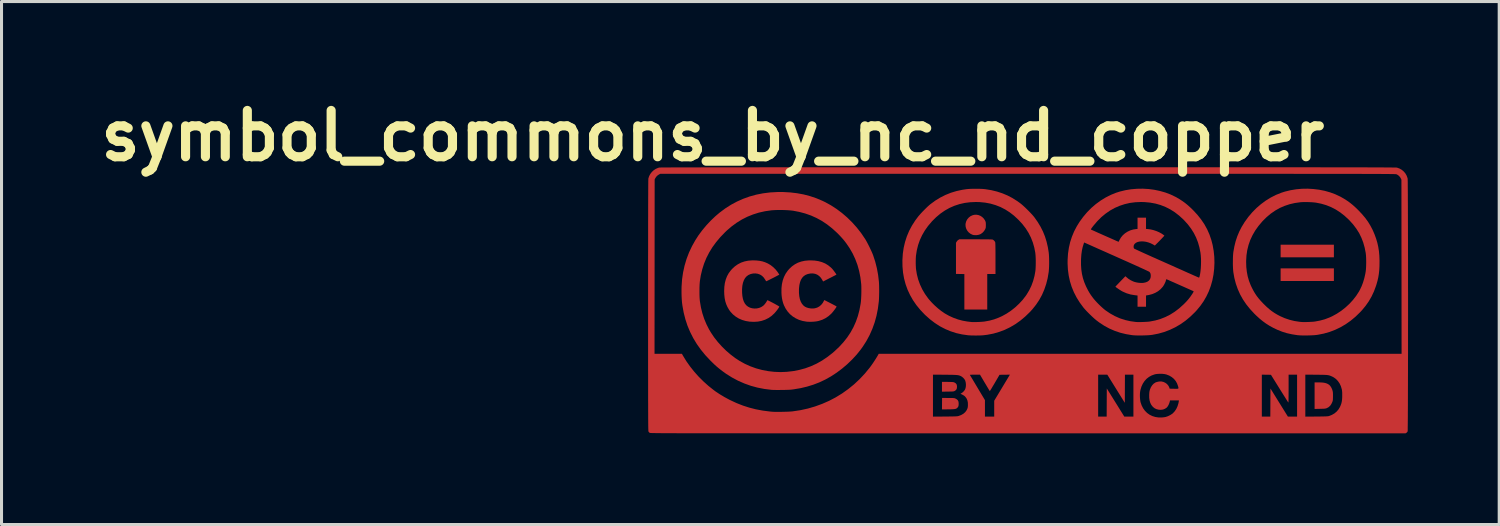
<source format=kicad_pcb>
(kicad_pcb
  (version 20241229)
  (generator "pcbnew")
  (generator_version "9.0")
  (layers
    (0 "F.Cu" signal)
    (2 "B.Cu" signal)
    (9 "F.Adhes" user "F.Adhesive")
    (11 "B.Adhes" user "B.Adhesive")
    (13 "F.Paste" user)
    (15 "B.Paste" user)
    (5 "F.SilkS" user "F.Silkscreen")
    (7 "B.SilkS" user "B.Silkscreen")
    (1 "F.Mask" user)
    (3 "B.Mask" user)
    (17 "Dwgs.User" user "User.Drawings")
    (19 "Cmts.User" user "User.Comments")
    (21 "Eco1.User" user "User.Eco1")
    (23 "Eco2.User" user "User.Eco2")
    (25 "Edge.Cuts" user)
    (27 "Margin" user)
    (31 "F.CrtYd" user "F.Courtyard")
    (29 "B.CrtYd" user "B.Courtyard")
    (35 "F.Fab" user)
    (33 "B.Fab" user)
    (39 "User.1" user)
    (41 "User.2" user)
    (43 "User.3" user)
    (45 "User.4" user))
  (footprint "symbol_commons_by_nc_nd_copper"
    (layer "F.Cu")
    (at 30.814 6.498)
    (property "Reference" "symbol_commons_by_nc_nd_copper" (at -10.414 -5.08 0) (layer "F.SilkS") (effects (font (size 1.524 1.524) (thickness 0.3))))
    (attr board_only exclude_from_pos_files exclude_from_bom)
    (fp_poly (pts (xy 10.023 -1.082) (xy 8.27 -1.082) (xy 8.27 -1.497) (xy 10.023 -1.497)) (stroke (width 0) (type solid)) (fill yes) (layer "F.Cu"))
    (fp_poly (pts (xy 10.023 -0.303) (xy 8.27 -0.303) (xy 8.27 -0.718) (xy 10.023 -0.718)) (stroke (width 0) (type solid)) (fill yes) (layer "F.Cu"))
    (fp_poly (pts (xy -2.684 3.017) (xy -2.622 3.018) (xy -2.574 3.02) (xy -2.539 3.021) (xy -2.513 3.023) (xy -2.493 3.026) (xy -2.478 3.03) (xy -2.464 3.036) (xy -2.455 3.04) (xy -2.417 3.065) (xy -2.392 3.097) (xy -2.38 3.139) (xy -2.377 3.177) (xy -2.382 3.227) (xy -2.397 3.266) (xy -2.424 3.295) (xy -2.449 3.312) (xy -2.462 3.319) (xy -2.474 3.324) (xy -2.489 3.328) (xy -2.508 3.331) (xy -2.534 3.333) (xy -2.569 3.334) (xy -2.617 3.335) (xy -2.679 3.336) (xy -2.679 3.336) (xy -2.872 3.339) (xy -2.872 3.015)) (stroke (width 0) (type solid)) (fill yes) (layer "F.Cu"))
    (fp_poly (pts (xy -2.669 3.546) (xy -2.605 3.546) (xy -2.556 3.546) (xy -2.519 3.547) (xy -2.491 3.549) (xy -2.47 3.552) (xy -2.454 3.555) (xy -2.44 3.56) (xy -2.428 3.565) (xy -2.382 3.591) (xy -2.351 3.621) (xy -2.331 3.66) (xy -2.323 3.709) (xy -2.323 3.755) (xy -2.326 3.79) (xy -2.331 3.815) (xy -2.34 3.835) (xy -2.35 3.85) (xy -2.366 3.869) (xy -2.383 3.884) (xy -2.402 3.896) (xy -2.426 3.905) (xy -2.457 3.911) (xy -2.497 3.915) (xy -2.548 3.918) (xy -2.613 3.92) (xy -2.663 3.92) (xy -2.872 3.923) (xy -2.87 3.734) (xy -2.868 3.545)) (stroke (width 0) (type solid)) (fill yes) (layer "F.Cu"))
    (fp_poly (pts (xy -1.648 -1.675) (xy -1.551 -1.674) (xy -1.47 -1.674) (xy -1.401 -1.674) (xy -1.345 -1.673) (xy -1.3 -1.672) (xy -1.265 -1.671) (xy -1.238 -1.669) (xy -1.219 -1.668) (xy -1.206 -1.665) (xy -1.198 -1.663) (xy -1.197 -1.663) (xy -1.167 -1.641) (xy -1.139 -1.611) (xy -1.121 -1.58) (xy -1.12 -1.579) (xy -1.118 -1.564) (xy -1.116 -1.532) (xy -1.114 -1.484) (xy -1.113 -1.418) (xy -1.112 -1.336) (xy -1.111 -1.237) (xy -1.111 -1.12) (xy -1.111 -1.043) (xy -1.111 -0.532) (xy -1.382 -0.532) (xy -1.382 0.637) (xy -2.135 0.637) (xy -2.135 -0.531) (xy -2.273 -0.533) (xy -2.411 -0.536) (xy -2.411 -1.56) (xy -2.389 -1.597) (xy -2.366 -1.628) (xy -2.337 -1.653) (xy -2.334 -1.654) (xy -2.299 -1.675) (xy -1.76 -1.675)) (stroke (width 0) (type solid)) (fill yes) (layer "F.Cu"))
    (fp_poly (pts (xy 9.508 3.033) (xy 9.594 3.035) (xy 9.666 3.04) (xy 9.727 3.05) (xy 9.778 3.065) (xy 9.823 3.085) (xy 9.864 3.111) (xy 9.869 3.115) (xy 9.901 3.148) (xy 9.932 3.193) (xy 9.959 3.248) (xy 9.973 3.288) (xy 9.981 3.314) (xy 9.986 3.339) (xy 9.99 3.365) (xy 9.992 3.398) (xy 9.993 3.441) (xy 9.993 3.486) (xy 9.992 3.539) (xy 9.991 3.579) (xy 9.989 3.61) (xy 9.985 3.634) (xy 9.979 3.655) (xy 9.974 3.671) (xy 9.94 3.744) (xy 9.899 3.803) (xy 9.849 3.848) (xy 9.79 3.88) (xy 9.787 3.881) (xy 9.769 3.887) (xy 9.75 3.892) (xy 9.729 3.896) (xy 9.7 3.899) (xy 9.663 3.9) (xy 9.615 3.902) (xy 9.563 3.903) (xy 9.388 3.907) (xy 9.388 3.033)) (stroke (width 0) (type solid)) (fill yes) (layer "F.Cu"))
    (fp_poly (pts (xy -1.676 -2.473) (xy -1.61 -2.448) (xy -1.551 -2.41) (xy -1.5 -2.361) (xy -1.459 -2.302) (xy -1.451 -2.286) (xy -1.441 -2.262) (xy -1.434 -2.241) (xy -1.43 -2.217) (xy -1.429 -2.185) (xy -1.428 -2.144) (xy -1.429 -2.102) (xy -1.43 -2.072) (xy -1.434 -2.049) (xy -1.441 -2.028) (xy -1.451 -2.004) (xy -1.453 -2.001) (xy -1.488 -1.945) (xy -1.535 -1.894) (xy -1.589 -1.854) (xy -1.615 -1.84) (xy -1.664 -1.823) (xy -1.721 -1.813) (xy -1.781 -1.811) (xy -1.836 -1.816) (xy -1.869 -1.825) (xy -1.935 -1.857) (xy -1.991 -1.901) (xy -2.037 -1.955) (xy -2.071 -2.016) (xy -2.092 -2.083) (xy -2.098 -2.153) (xy -2.093 -2.201) (xy -2.072 -2.273) (xy -2.036 -2.337) (xy -1.988 -2.392) (xy -1.93 -2.436) (xy -1.862 -2.467) (xy -1.812 -2.48) (xy -1.744 -2.484)) (stroke (width 0) (type solid)) (fill yes) (layer "F.Cu"))
    (fp_poly (pts (xy -8.977 -0.978) (xy -8.874 -0.967) (xy -8.78 -0.948) (xy -8.691 -0.919) (xy -8.608 -0.883) (xy -8.513 -0.828) (xy -8.424 -0.759) (xy -8.343 -0.679) (xy -8.274 -0.59) (xy -8.264 -0.575) (xy -8.224 -0.511) (xy -8.302 -0.47) (xy -8.343 -0.448) (xy -8.389 -0.424) (xy -8.438 -0.399) (xy -8.487 -0.375) (xy -8.534 -0.351) (xy -8.576 -0.33) (xy -8.611 -0.313) (xy -8.637 -0.301) (xy -8.651 -0.295) (xy -8.653 -0.295) (xy -8.66 -0.301) (xy -8.672 -0.319) (xy -8.687 -0.345) (xy -8.689 -0.347) (xy -8.737 -0.418) (xy -8.794 -0.474) (xy -8.86 -0.515) (xy -8.932 -0.541) (xy -9.012 -0.552) (xy -9.089 -0.549) (xy -9.169 -0.531) (xy -9.24 -0.5) (xy -9.3 -0.456) (xy -9.351 -0.398) (xy -9.39 -0.326) (xy -9.42 -0.242) (xy -9.44 -0.143) (xy -9.449 -0.032) (xy -9.448 0.081) (xy -9.439 0.191) (xy -9.421 0.286) (xy -9.394 0.368) (xy -9.357 0.438) (xy -9.312 0.495) (xy -9.309 0.497) (xy -9.253 0.542) (xy -9.188 0.575) (xy -9.116 0.595) (xy -9.041 0.603) (xy -8.965 0.6) (xy -8.891 0.584) (xy -8.821 0.556) (xy -8.759 0.516) (xy -8.73 0.49) (xy -8.706 0.463) (xy -8.68 0.43) (xy -8.655 0.394) (xy -8.634 0.361) (xy -8.621 0.334) (xy -8.618 0.329) (xy -8.611 0.33) (xy -8.59 0.339) (xy -8.56 0.353) (xy -8.522 0.372) (xy -8.479 0.394) (xy -8.433 0.418) (xy -8.386 0.443) (xy -8.341 0.468) (xy -8.3 0.491) (xy -8.265 0.511) (xy -8.24 0.526) (xy -8.225 0.536) (xy -8.223 0.539) (xy -8.228 0.554) (xy -8.243 0.578) (xy -8.264 0.61) (xy -8.291 0.646) (xy -8.32 0.684) (xy -8.351 0.721) (xy -8.381 0.755) (xy -8.391 0.766) (xy -8.482 0.849) (xy -8.582 0.917) (xy -8.689 0.97) (xy -8.805 1.009) (xy -8.928 1.033) (xy -9.058 1.041) (xy -9.196 1.035) (xy -9.207 1.034) (xy -9.331 1.013) (xy -9.449 0.978) (xy -9.559 0.93) (xy -9.66 0.868) (xy -9.75 0.795) (xy -9.83 0.709) (xy -9.877 0.644) (xy -9.929 0.554) (xy -9.97 0.462) (xy -10.001 0.365) (xy -10.022 0.26) (xy -10.034 0.145) (xy -10.038 0.027) (xy -10.032 -0.11) (xy -10.015 -0.236) (xy -9.985 -0.352) (xy -9.944 -0.459) (xy -9.889 -0.559) (xy -9.82 -0.651) (xy -9.778 -0.699) (xy -9.687 -0.783) (xy -9.589 -0.852) (xy -9.483 -0.907) (xy -9.37 -0.946) (xy -9.248 -0.971) (xy -9.118 -0.981) (xy -9.091 -0.982)) (stroke (width 0) (type solid)) (fill yes) (layer "F.Cu"))
    (fp_poly (pts (xy -7.062 -0.975) (xy -6.936 -0.956) (xy -6.821 -0.924) (xy -6.714 -0.879) (xy -6.617 -0.82) (xy -6.528 -0.748) (xy -6.495 -0.716) (xy -6.476 -0.695) (xy -6.453 -0.667) (xy -6.428 -0.635) (xy -6.404 -0.602) (xy -6.381 -0.57) (xy -6.362 -0.543) (xy -6.349 -0.522) (xy -6.345 -0.511) (xy -6.345 -0.511) (xy -6.353 -0.506) (xy -6.374 -0.496) (xy -6.406 -0.479) (xy -6.448 -0.458) (xy -6.497 -0.432) (xy -6.552 -0.404) (xy -6.565 -0.398) (xy -6.783 -0.286) (xy -6.81 -0.337) (xy -6.856 -0.409) (xy -6.912 -0.467) (xy -6.975 -0.511) (xy -7.046 -0.539) (xy -7.123 -0.552) (xy -7.206 -0.549) (xy -7.206 -0.549) (xy -7.288 -0.532) (xy -7.359 -0.504) (xy -7.42 -0.463) (xy -7.47 -0.41) (xy -7.511 -0.344) (xy -7.541 -0.265) (xy -7.563 -0.172) (xy -7.575 -0.065) (xy -7.577 -0.031) (xy -7.577 0.088) (xy -7.567 0.196) (xy -7.548 0.292) (xy -7.518 0.375) (xy -7.479 0.446) (xy -7.43 0.504) (xy -7.381 0.542) (xy -7.325 0.569) (xy -7.258 0.589) (xy -7.185 0.6) (xy -7.113 0.602) (xy -7.053 0.595) (xy -6.976 0.572) (xy -6.907 0.534) (xy -6.846 0.483) (xy -6.795 0.42) (xy -6.771 0.378) (xy -6.759 0.352) (xy -6.749 0.333) (xy -6.745 0.325) (xy -6.737 0.328) (xy -6.717 0.337) (xy -6.686 0.352) (xy -6.648 0.372) (xy -6.604 0.394) (xy -6.557 0.418) (xy -6.509 0.443) (xy -6.463 0.467) (xy -6.421 0.489) (xy -6.385 0.508) (xy -6.359 0.523) (xy -6.343 0.532) (xy -6.34 0.534) (xy -6.342 0.545) (xy -6.353 0.566) (xy -6.372 0.595) (xy -6.396 0.629) (xy -6.424 0.666) (xy -6.453 0.703) (xy -6.482 0.738) (xy -6.509 0.768) (xy -6.517 0.776) (xy -6.608 0.856) (xy -6.706 0.922) (xy -6.811 0.973) (xy -6.926 1.01) (xy -6.986 1.023) (xy -7.036 1.03) (xy -7.097 1.036) (xy -7.164 1.039) (xy -7.23 1.039) (xy -7.291 1.038) (xy -7.33 1.034) (xy -7.456 1.012) (xy -7.574 0.976) (xy -7.684 0.925) (xy -7.784 0.862) (xy -7.874 0.787) (xy -7.952 0.699) (xy -8.019 0.6) (xy -8.073 0.491) (xy -8.099 0.421) (xy -8.12 0.344) (xy -8.136 0.265) (xy -8.147 0.18) (xy -8.153 0.084) (xy -8.153 0.081) (xy -8.152 -0.064) (xy -8.138 -0.198) (xy -8.11 -0.323) (xy -8.069 -0.438) (xy -8.015 -0.544) (xy -7.946 -0.643) (xy -7.895 -0.702) (xy -7.807 -0.784) (xy -7.713 -0.851) (xy -7.611 -0.905) (xy -7.501 -0.943) (xy -7.382 -0.969) (xy -7.254 -0.98) (xy -7.198 -0.981)) (stroke (width 0) (type solid)) (fill yes) (layer "F.Cu"))
    (fp_poly (pts (xy 9.35 -3.329) (xy 9.537 -3.306) (xy 9.719 -3.27) (xy 9.896 -3.22) (xy 10.065 -3.158) (xy 10.225 -3.083) (xy 10.243 -3.074) (xy 10.356 -3.01) (xy 10.459 -2.944) (xy 10.555 -2.875) (xy 10.65 -2.798) (xy 10.746 -2.711) (xy 10.823 -2.636) (xy 10.944 -2.508) (xy 11.051 -2.382) (xy 11.144 -2.254) (xy 11.225 -2.122) (xy 11.297 -1.985) (xy 11.36 -1.839) (xy 11.363 -1.831) (xy 11.413 -1.693) (xy 11.453 -1.558) (xy 11.483 -1.423) (xy 11.505 -1.284) (xy 11.518 -1.138) (xy 11.524 -0.98) (xy 11.524 -0.925) (xy 11.522 -0.784) (xy 11.515 -0.655) (xy 11.502 -0.535) (xy 11.483 -0.42) (xy 11.457 -0.306) (xy 11.424 -0.19) (xy 11.407 -0.138) (xy 11.341 0.04) (xy 11.263 0.206) (xy 11.172 0.364) (xy 11.067 0.514) (xy 10.947 0.659) (xy 10.886 0.724) (xy 10.734 0.872) (xy 10.575 1.004) (xy 10.41 1.12) (xy 10.239 1.22) (xy 10.061 1.305) (xy 9.876 1.375) (xy 9.685 1.429) (xy 9.486 1.468) (xy 9.429 1.475) (xy 9.359 1.481) (xy 9.28 1.485) (xy 9.196 1.488) (xy 9.109 1.489) (xy 9.025 1.489) (xy 8.946 1.488) (xy 8.877 1.484) (xy 8.821 1.479) (xy 8.82 1.479) (xy 8.643 1.451) (xy 8.477 1.414) (xy 8.319 1.365) (xy 8.164 1.303) (xy 8.027 1.238) (xy 7.907 1.172) (xy 7.793 1.1) (xy 7.684 1.021) (xy 7.575 0.932) (xy 7.465 0.831) (xy 7.402 0.769) (xy 7.262 0.618) (xy 7.138 0.463) (xy 7.03 0.303) (xy 6.937 0.137) (xy 6.86 -0.036) (xy 6.797 -0.215) (xy 6.748 -0.403) (xy 6.715 -0.591) (xy 6.709 -0.648) (xy 6.704 -0.718) (xy 6.701 -0.797) (xy 6.699 -0.882) (xy 6.7 -0.929) (xy 7.136 -0.929) (xy 7.141 -0.761) (xy 7.159 -0.602) (xy 7.188 -0.452) (xy 7.23 -0.307) (xy 7.286 -0.163) (xy 7.322 -0.087) (xy 7.373 0.012) (xy 7.426 0.103) (xy 7.483 0.188) (xy 7.547 0.271) (xy 7.62 0.355) (xy 7.704 0.444) (xy 7.724 0.464) (xy 7.813 0.55) (xy 7.898 0.625) (xy 7.982 0.69) (xy 8.068 0.749) (xy 8.16 0.804) (xy 8.259 0.856) (xy 8.405 0.92) (xy 8.561 0.973) (xy 8.723 1.013) (xy 8.889 1.039) (xy 8.96 1.046) (xy 8.998 1.048) (xy 9.05 1.049) (xy 9.109 1.048) (xy 9.174 1.046) (xy 9.239 1.043) (xy 9.301 1.04) (xy 9.355 1.036) (xy 9.397 1.031) (xy 9.405 1.03) (xy 9.568 0.999) (xy 9.723 0.957) (xy 9.873 0.9) (xy 9.968 0.857) (xy 10.119 0.774) (xy 10.265 0.678) (xy 10.403 0.569) (xy 10.532 0.45) (xy 10.65 0.322) (xy 10.756 0.186) (xy 10.848 0.044) (xy 10.88 -0.015) (xy 10.935 -0.13) (xy 10.983 -0.257) (xy 11.023 -0.392) (xy 11.055 -0.531) (xy 11.069 -0.612) (xy 11.076 -0.671) (xy 11.081 -0.742) (xy 11.084 -0.822) (xy 11.086 -0.906) (xy 11.085 -0.991) (xy 11.083 -1.072) (xy 11.079 -1.145) (xy 11.072 -1.207) (xy 11.07 -1.226) (xy 11.035 -1.403) (xy 10.988 -1.569) (xy 10.928 -1.726) (xy 10.855 -1.875) (xy 10.766 -2.017) (xy 10.663 -2.155) (xy 10.544 -2.288) (xy 10.51 -2.323) (xy 10.373 -2.449) (xy 10.232 -2.559) (xy 10.085 -2.654) (xy 9.932 -2.733) (xy 9.773 -2.797) (xy 9.606 -2.846) (xy 9.431 -2.881) (xy 9.43 -2.881) (xy 9.367 -2.888) (xy 9.292 -2.894) (xy 9.21 -2.898) (xy 9.126 -2.9) (xy 9.044 -2.9) (xy 8.971 -2.898) (xy 8.922 -2.894) (xy 8.74 -2.869) (xy 8.567 -2.829) (xy 8.401 -2.774) (xy 8.242 -2.705) (xy 8.091 -2.619) (xy 7.946 -2.519) (xy 7.808 -2.403) (xy 7.675 -2.271) (xy 7.662 -2.256) (xy 7.54 -2.111) (xy 7.434 -1.962) (xy 7.345 -1.808) (xy 7.271 -1.65) (xy 7.214 -1.486) (xy 7.172 -1.316) (xy 7.146 -1.141) (xy 7.136 -0.959) (xy 7.136 -0.929) (xy 6.7 -0.929) (xy 6.7 -0.968) (xy 6.701 -1.052) (xy 6.704 -1.13) (xy 6.709 -1.199) (xy 6.715 -1.255) (xy 6.715 -1.255) (xy 6.748 -1.439) (xy 6.79 -1.61) (xy 6.844 -1.772) (xy 6.909 -1.928) (xy 6.987 -2.08) (xy 7.079 -2.231) (xy 7.089 -2.246) (xy 7.207 -2.41) (xy 7.337 -2.563) (xy 7.476 -2.704) (xy 7.625 -2.832) (xy 7.781 -2.947) (xy 7.945 -3.048) (xy 8.116 -3.135) (xy 8.292 -3.206) (xy 8.414 -3.245) (xy 8.595 -3.289) (xy 8.781 -3.32) (xy 8.97 -3.337) (xy 9.16 -3.34)) (stroke (width 0) (type solid)) (fill yes) (layer "F.Cu"))
    (fp_poly (pts (xy -1.675 -3.337) (xy -1.589 -3.334) (xy -1.512 -3.33) (xy -1.446 -3.323) (xy -1.437 -3.322) (xy -1.243 -3.29) (xy -1.06 -3.245) (xy -0.886 -3.188) (xy -0.719 -3.118) (xy -0.557 -3.034) (xy -0.4 -2.935) (xy -0.298 -2.862) (xy -0.252 -2.825) (xy -0.198 -2.778) (xy -0.139 -2.724) (xy -0.077 -2.664) (xy -0.016 -2.603) (xy 0.043 -2.542) (xy 0.096 -2.485) (xy 0.141 -2.433) (xy 0.169 -2.398) (xy 0.278 -2.244) (xy 0.371 -2.089) (xy 0.451 -1.931) (xy 0.517 -1.767) (xy 0.57 -1.596) (xy 0.612 -1.415) (xy 0.639 -1.251) (xy 0.645 -1.192) (xy 0.65 -1.12) (xy 0.653 -1.038) (xy 0.654 -0.951) (xy 0.654 -0.863) (xy 0.652 -0.778) (xy 0.648 -0.699) (xy 0.643 -0.63) (xy 0.639 -0.595) (xy 0.605 -0.394) (xy 0.557 -0.203) (xy 0.495 -0.021) (xy 0.42 0.153) (xy 0.33 0.318) (xy 0.225 0.475) (xy 0.105 0.626) (xy 0.02 0.719) (xy -0.133 0.867) (xy -0.292 1) (xy -0.457 1.117) (xy -0.629 1.218) (xy -0.807 1.304) (xy -0.991 1.373) (xy -1.181 1.428) (xy -1.378 1.466) (xy -1.512 1.483) (xy -1.56 1.486) (xy -1.619 1.489) (xy -1.687 1.49) (xy -1.76 1.491) (xy -1.833 1.49) (xy -1.901 1.489) (xy -1.962 1.486) (xy -2.011 1.483) (xy -2.017 1.482) (xy -2.214 1.454) (xy -2.405 1.411) (xy -2.589 1.351) (xy -2.767 1.277) (xy -2.939 1.187) (xy -3.105 1.08) (xy -3.265 0.958) (xy -3.42 0.82) (xy -3.438 0.803) (xy -3.583 0.65) (xy -3.712 0.493) (xy -3.825 0.329) (xy -3.922 0.159) (xy -4.004 -0.017) (xy -4.069 -0.198) (xy -4.119 -0.386) (xy -4.153 -0.58) (xy -4.171 -0.78) (xy -4.173 -0.951) (xy -3.735 -0.951) (xy -3.735 -0.878) (xy -3.733 -0.808) (xy -3.73 -0.745) (xy -3.727 -0.703) (xy -3.699 -0.528) (xy -3.656 -0.357) (xy -3.596 -0.191) (xy -3.521 -0.03) (xy -3.431 0.123) (xy -3.326 0.27) (xy -3.289 0.315) (xy -3.201 0.413) (xy -3.103 0.51) (xy -2.999 0.602) (xy -2.894 0.685) (xy -2.791 0.756) (xy -2.781 0.763) (xy -2.642 0.841) (xy -2.495 0.908) (xy -2.343 0.963) (xy -2.188 1.004) (xy -2.036 1.031) (xy -2.008 1.034) (xy -1.969 1.039) (xy -1.933 1.043) (xy -1.906 1.046) (xy -1.898 1.047) (xy -1.87 1.049) (xy -1.828 1.049) (xy -1.776 1.049) (xy -1.718 1.047) (xy -1.658 1.045) (xy -1.599 1.042) (xy -1.545 1.038) (xy -1.498 1.034) (xy -1.467 1.03) (xy -1.304 1) (xy -1.151 0.958) (xy -1.003 0.902) (xy -0.895 0.853) (xy -0.746 0.771) (xy -0.602 0.675) (xy -0.464 0.566) (xy -0.336 0.446) (xy -0.218 0.319) (xy -0.114 0.184) (xy -0.085 0.142) (xy 0 0) (xy 0.071 -0.148) (xy 0.128 -0.304) (xy 0.172 -0.468) (xy 0.199 -0.616) (xy 0.206 -0.673) (xy 0.21 -0.744) (xy 0.213 -0.823) (xy 0.214 -0.907) (xy 0.214 -0.991) (xy 0.211 -1.073) (xy 0.207 -1.147) (xy 0.201 -1.21) (xy 0.199 -1.23) (xy 0.165 -1.405) (xy 0.117 -1.572) (xy 0.055 -1.731) (xy -0.022 -1.883) (xy -0.114 -2.03) (xy -0.222 -2.171) (xy -0.346 -2.307) (xy -0.362 -2.322) (xy -0.499 -2.45) (xy -0.642 -2.561) (xy -0.791 -2.656) (xy -0.946 -2.736) (xy -1.107 -2.799) (xy -1.274 -2.848) (xy -1.449 -2.881) (xy -1.631 -2.899) (xy -1.759 -2.902) (xy -1.945 -2.894) (xy -2.125 -2.871) (xy -2.297 -2.832) (xy -2.464 -2.777) (xy -2.624 -2.707) (xy -2.777 -2.621) (xy -2.924 -2.519) (xy -3.064 -2.402) (xy -3.197 -2.27) (xy -3.209 -2.256) (xy -3.331 -2.112) (xy -3.437 -1.962) (xy -3.526 -1.808) (xy -3.6 -1.648) (xy -3.658 -1.482) (xy -3.7 -1.31) (xy -3.727 -1.137) (xy -3.731 -1.085) (xy -3.734 -1.022) (xy -3.735 -0.951) (xy -4.173 -0.951) (xy -4.174 -0.986) (xy -4.173 -0.997) (xy -4.16 -1.202) (xy -4.131 -1.399) (xy -4.086 -1.59) (xy -4.026 -1.775) (xy -3.951 -1.953) (xy -3.859 -2.126) (xy -3.752 -2.293) (xy -3.651 -2.428) (xy -3.612 -2.473) (xy -3.565 -2.526) (xy -3.512 -2.583) (xy -3.455 -2.641) (xy -3.398 -2.698) (xy -3.343 -2.751) (xy -3.293 -2.796) (xy -3.253 -2.829) (xy -3.093 -2.947) (xy -2.928 -3.048) (xy -2.757 -3.134) (xy -2.579 -3.206) (xy -2.393 -3.262) (xy -2.199 -3.304) (xy -2.08 -3.322) (xy -2.016 -3.329) (xy -1.94 -3.334) (xy -1.855 -3.336) (xy -1.765 -3.337)) (stroke (width 0) (type solid)) (fill yes) (layer "F.Cu"))
    (fp_poly (pts (xy -8.096 -3.23) (xy -7.862 -3.217) (xy -7.637 -3.19) (xy -7.421 -3.15) (xy -7.212 -3.095) (xy -7.009 -3.027) (xy -6.81 -2.943) (xy -6.715 -2.898) (xy -6.525 -2.793) (xy -6.34 -2.673) (xy -6.161 -2.539) (xy -5.99 -2.392) (xy -5.827 -2.232) (xy -5.675 -2.062) (xy -5.534 -1.883) (xy -5.406 -1.694) (xy -5.401 -1.688) (xy -5.37 -1.635) (xy -5.334 -1.57) (xy -5.296 -1.497) (xy -5.257 -1.419) (xy -5.22 -1.341) (xy -5.185 -1.266) (xy -5.156 -1.199) (xy -5.137 -1.15) (xy -5.069 -0.943) (xy -5.014 -0.727) (xy -4.973 -0.505) (xy -4.947 -0.282) (xy -4.943 -0.22) (xy -4.94 -0.146) (xy -4.939 -0.062) (xy -4.938 0.026) (xy -4.939 0.116) (xy -4.941 0.203) (xy -4.944 0.283) (xy -4.948 0.352) (xy -4.951 0.379) (xy -4.981 0.614) (xy -5.026 0.84) (xy -5.086 1.059) (xy -5.162 1.271) (xy -5.252 1.475) (xy -5.358 1.672) (xy -5.479 1.861) (xy -5.547 1.955) (xy -5.68 2.121) (xy -5.829 2.282) (xy -5.989 2.436) (xy -6.16 2.581) (xy -6.338 2.714) (xy -6.521 2.834) (xy -6.53 2.839) (xy -6.716 2.943) (xy -6.907 3.033) (xy -7.105 3.109) (xy -7.31 3.172) (xy -7.524 3.223) (xy -7.749 3.261) (xy -7.817 3.27) (xy -7.85 3.273) (xy -7.897 3.276) (xy -7.955 3.278) (xy -8.021 3.28) (xy -8.092 3.282) (xy -8.166 3.282) (xy -8.239 3.283) (xy -8.309 3.283) (xy -8.372 3.282) (xy -8.426 3.281) (xy -8.468 3.279) (xy -8.481 3.278) (xy -8.714 3.249) (xy -8.941 3.205) (xy -9.161 3.145) (xy -9.374 3.069) (xy -9.581 2.978) (xy -9.782 2.871) (xy -9.976 2.749) (xy -10.096 2.662) (xy -10.168 2.607) (xy -10.233 2.555) (xy -10.294 2.503) (xy -10.356 2.447) (xy -10.42 2.385) (xy -10.492 2.314) (xy -10.657 2.138) (xy -10.806 1.956) (xy -10.939 1.769) (xy -11.056 1.575) (xy -11.157 1.376) (xy -11.244 1.17) (xy -11.314 0.957) (xy -11.37 0.737) (xy -11.411 0.51) (xy -11.424 0.412) (xy -11.43 0.346) (xy -11.435 0.267) (xy -11.439 0.18) (xy -11.441 0.088) (xy -11.441 -0.004) (xy -11.441 -0.008) (xy -10.851 -0.008) (xy -10.851 0.079) (xy -10.85 0.164) (xy -10.847 0.243) (xy -10.842 0.313) (xy -10.836 0.366) (xy -10.802 0.568) (xy -10.755 0.759) (xy -10.695 0.942) (xy -10.622 1.118) (xy -10.535 1.29) (xy -10.471 1.397) (xy -10.367 1.552) (xy -10.248 1.703) (xy -10.117 1.849) (xy -9.976 1.988) (xy -9.826 2.117) (xy -9.672 2.234) (xy -9.531 2.326) (xy -9.357 2.422) (xy -9.175 2.504) (xy -8.986 2.572) (xy -8.79 2.625) (xy -8.59 2.663) (xy -8.387 2.686) (xy -8.182 2.694) (xy -7.981 2.686) (xy -7.77 2.662) (xy -7.567 2.623) (xy -7.371 2.57) (xy -7.182 2.501) (xy -6.998 2.417) (xy -6.82 2.317) (xy -6.647 2.201) (xy -6.477 2.069) (xy -6.413 2.014) (xy -6.256 1.866) (xy -6.115 1.713) (xy -5.99 1.555) (xy -5.88 1.39) (xy -5.785 1.218) (xy -5.705 1.038) (xy -5.639 0.851) (xy -5.587 0.654) (xy -5.549 0.449) (xy -5.543 0.408) (xy -5.537 0.351) (xy -5.532 0.281) (xy -5.528 0.203) (xy -5.525 0.118) (xy -5.524 0.033) (xy -5.524 -0.05) (xy -5.525 -0.126) (xy -5.528 -0.192) (xy -5.53 -0.211) (xy -5.556 -0.426) (xy -5.597 -0.633) (xy -5.653 -0.833) (xy -5.725 -1.025) (xy -5.811 -1.209) (xy -5.913 -1.386) (xy -6.02 -1.542) (xy -6.083 -1.625) (xy -6.149 -1.703) (xy -6.219 -1.78) (xy -6.297 -1.861) (xy -6.332 -1.895) (xy -6.49 -2.038) (xy -6.653 -2.166) (xy -6.821 -2.278) (xy -6.996 -2.374) (xy -7.178 -2.456) (xy -7.368 -2.523) (xy -7.567 -2.576) (xy -7.77 -2.615) (xy -7.838 -2.623) (xy -7.919 -2.63) (xy -8.009 -2.635) (xy -8.105 -2.638) (xy -8.202 -2.639) (xy -8.296 -2.638) (xy -8.384 -2.635) (xy -8.462 -2.63) (xy -8.485 -2.628) (xy -8.694 -2.598) (xy -8.895 -2.553) (xy -9.088 -2.492) (xy -9.275 -2.417) (xy -9.455 -2.326) (xy -9.628 -2.219) (xy -9.794 -2.097) (xy -9.955 -1.959) (xy -10.008 -1.908) (xy -10.163 -1.747) (xy -10.301 -1.583) (xy -10.424 -1.415) (xy -10.53 -1.242) (xy -10.622 -1.063) (xy -10.698 -0.878) (xy -10.759 -0.686) (xy -10.807 -0.486) (xy -10.836 -0.306) (xy -10.842 -0.247) (xy -10.847 -0.175) (xy -10.85 -0.094) (xy -10.851 -0.008) (xy -11.441 -0.008) (xy -11.44 -0.091) (xy -11.439 -0.123) (xy -11.423 -0.356) (xy -11.39 -0.584) (xy -11.341 -0.807) (xy -11.276 -1.026) (xy -11.195 -1.239) (xy -11.097 -1.447) (xy -10.987 -1.644) (xy -10.88 -1.81) (xy -10.758 -1.974) (xy -10.623 -2.135) (xy -10.48 -2.288) (xy -10.329 -2.432) (xy -10.189 -2.551) (xy -10.004 -2.689) (xy -9.813 -2.811) (xy -9.615 -2.917) (xy -9.41 -3.008) (xy -9.198 -3.084) (xy -8.98 -3.144) (xy -8.755 -3.188) (xy -8.523 -3.217) (xy -8.285 -3.23)) (stroke (width 0) (type solid)) (fill yes) (layer "F.Cu"))
    (fp_poly (pts (xy 3.926 -3.329) (xy 4.114 -3.304) (xy 4.299 -3.265) (xy 4.478 -3.214) (xy 4.65 -3.149) (xy 4.812 -3.071) (xy 4.837 -3.058) (xy 4.941 -2.997) (xy 5.036 -2.935) (xy 5.127 -2.87) (xy 5.216 -2.797) (xy 5.307 -2.715) (xy 5.396 -2.628) (xy 5.534 -2.479) (xy 5.656 -2.325) (xy 5.763 -2.167) (xy 5.854 -2.002) (xy 5.93 -1.83) (xy 5.991 -1.651) (xy 6.034 -1.484) (xy 6.068 -1.292) (xy 6.088 -1.097) (xy 6.093 -0.9) (xy 6.084 -0.704) (xy 6.061 -0.51) (xy 6.024 -0.322) (xy 5.973 -0.141) (xy 5.972 -0.138) (xy 5.906 0.04) (xy 5.827 0.206) (xy 5.736 0.364) (xy 5.631 0.514) (xy 5.511 0.659) (xy 5.451 0.724) (xy 5.298 0.872) (xy 5.14 1.004) (xy 4.975 1.12) (xy 4.803 1.22) (xy 4.625 1.305) (xy 4.441 1.375) (xy 4.249 1.429) (xy 4.051 1.468) (xy 3.994 1.475) (xy 3.924 1.481) (xy 3.845 1.485) (xy 3.76 1.488) (xy 3.674 1.489) (xy 3.589 1.489) (xy 3.511 1.488) (xy 3.441 1.484) (xy 3.385 1.479) (xy 3.385 1.479) (xy 3.186 1.446) (xy 2.995 1.4) (xy 2.813 1.338) (xy 2.637 1.262) (xy 2.467 1.17) (xy 2.303 1.062) (xy 2.198 0.983) (xy 2.157 0.948) (xy 2.108 0.904) (xy 2.054 0.854) (xy 1.997 0.799) (xy 1.941 0.743) (xy 1.887 0.688) (xy 1.84 0.637) (xy 1.801 0.593) (xy 1.784 0.573) (xy 1.663 0.409) (xy 1.558 0.241) (xy 1.469 0.068) (xy 1.396 -0.109) (xy 1.339 -0.292) (xy 1.298 -0.481) (xy 1.272 -0.676) (xy 1.261 -0.878) (xy 1.262 -0.992) (xy 1.703 -0.992) (xy 1.703 -0.83) (xy 1.713 -0.678) (xy 1.734 -0.535) (xy 1.766 -0.398) (xy 1.81 -0.263) (xy 1.867 -0.128) (xy 1.891 -0.079) (xy 1.936 0.009) (xy 1.981 0.087) (xy 2.03 0.162) (xy 2.086 0.239) (xy 2.122 0.285) (xy 2.166 0.337) (xy 2.22 0.396) (xy 2.28 0.458) (xy 2.343 0.519) (xy 2.406 0.577) (xy 2.464 0.627) (xy 2.505 0.66) (xy 2.657 0.763) (xy 2.815 0.851) (xy 2.979 0.924) (xy 3.149 0.98) (xy 3.325 1.02) (xy 3.506 1.045) (xy 3.525 1.046) (xy 3.563 1.048) (xy 3.615 1.049) (xy 3.675 1.048) (xy 3.74 1.046) (xy 3.805 1.043) (xy 3.867 1.04) (xy 3.921 1.036) (xy 3.963 1.031) (xy 3.969 1.03) (xy 4.146 0.996) (xy 4.316 0.947) (xy 4.478 0.883) (xy 4.635 0.804) (xy 4.786 0.709) (xy 4.932 0.598) (xy 5.073 0.471) (xy 5.097 0.448) (xy 5.172 0.371) (xy 5.236 0.298) (xy 5.294 0.224) (xy 5.35 0.143) (xy 5.359 0.129) (xy 5.385 0.088) (xy 5.401 0.06) (xy 5.408 0.042) (xy 5.406 0.035) (xy 5.395 0.029) (xy 5.371 0.018) (xy 5.334 0.002) (xy 5.288 -0.019) (xy 5.233 -0.044) (xy 5.171 -0.071) (xy 5.104 -0.101) (xy 5.034 -0.132) (xy 4.962 -0.164) (xy 4.89 -0.196) (xy 4.82 -0.227) (xy 4.753 -0.257) (xy 4.69 -0.284) (xy 4.635 -0.309) (xy 4.588 -0.33) (xy 4.55 -0.346) (xy 4.525 -0.357) (xy 4.512 -0.362) (xy 4.512 -0.362) (xy 4.506 -0.355) (xy 4.5 -0.336) (xy 4.495 -0.319) (xy 4.482 -0.276) (xy 4.459 -0.225) (xy 4.432 -0.173) (xy 4.402 -0.126) (xy 4.39 -0.11) (xy 4.321 -0.033) (xy 4.239 0.033) (xy 4.146 0.087) (xy 4.044 0.129) (xy 3.934 0.158) (xy 3.922 0.16) (xy 3.842 0.174) (xy 3.842 0.544) (xy 3.563 0.544) (xy 3.563 0.175) (xy 3.472 0.164) (xy 3.336 0.141) (xy 3.207 0.103) (xy 3.084 0.05) (xy 3.03 0.021) (xy 3 0.002) (xy 2.965 -0.02) (xy 2.93 -0.044) (xy 2.896 -0.067) (xy 2.867 -0.088) (xy 2.846 -0.105) (xy 2.836 -0.115) (xy 2.835 -0.117) (xy 2.841 -0.124) (xy 2.857 -0.141) (xy 2.882 -0.168) (xy 2.914 -0.201) (xy 2.952 -0.241) (xy 2.994 -0.285) (xy 2.999 -0.29) (xy 3.163 -0.46) (xy 3.192 -0.434) (xy 3.262 -0.376) (xy 3.341 -0.326) (xy 3.423 -0.287) (xy 3.471 -0.27) (xy 3.534 -0.255) (xy 3.602 -0.244) (xy 3.671 -0.239) (xy 3.734 -0.24) (xy 3.766 -0.243) (xy 3.84 -0.26) (xy 3.899 -0.287) (xy 3.944 -0.323) (xy 3.976 -0.369) (xy 3.994 -0.424) (xy 3.998 -0.477) (xy 3.994 -0.525) (xy 3.983 -0.563) (xy 3.962 -0.594) (xy 3.951 -0.605) (xy 3.941 -0.611) (xy 3.916 -0.623) (xy 3.878 -0.641) (xy 3.827 -0.665) (xy 3.765 -0.694) (xy 3.692 -0.727) (xy 3.61 -0.764) (xy 3.519 -0.806) (xy 3.421 -0.85) (xy 3.316 -0.897) (xy 3.205 -0.947) (xy 3.09 -0.998) (xy 3.033 -1.023) (xy 2.913 -1.077) (xy 2.795 -1.13) (xy 2.679 -1.181) (xy 2.568 -1.231) (xy 2.462 -1.278) (xy 2.363 -1.322) (xy 2.272 -1.362) (xy 2.19 -1.399) (xy 2.118 -1.431) (xy 2.058 -1.458) (xy 2.011 -1.479) (xy 1.977 -1.494) (xy 1.971 -1.497) (xy 1.806 -1.57) (xy 1.791 -1.527) (xy 1.757 -1.418) (xy 1.732 -1.303) (xy 1.715 -1.18) (xy 1.705 -1.046) (xy 1.703 -0.992) (xy 1.262 -0.992) (xy 1.262 -1.001) (xy 1.275 -1.202) (xy 1.303 -1.394) (xy 1.345 -1.579) (xy 1.403 -1.758) (xy 1.475 -1.932) (xy 1.51 -1.999) (xy 2.03 -1.999) (xy 2.033 -1.995) (xy 2.044 -1.989) (xy 2.069 -1.978) (xy 2.105 -1.962) (xy 2.152 -1.941) (xy 2.207 -1.916) (xy 2.268 -1.888) (xy 2.335 -1.859) (xy 2.406 -1.827) (xy 2.478 -1.795) (xy 2.55 -1.763) (xy 2.621 -1.732) (xy 2.689 -1.702) (xy 2.752 -1.674) (xy 2.809 -1.649) (xy 2.857 -1.627) (xy 2.896 -1.61) (xy 2.924 -1.599) (xy 2.938 -1.593) (xy 2.94 -1.592) (xy 2.944 -1.6) (xy 2.954 -1.62) (xy 2.966 -1.646) (xy 2.967 -1.649) (xy 3.015 -1.732) (xy 3.076 -1.806) (xy 3.149 -1.871) (xy 3.232 -1.925) (xy 3.323 -1.968) (xy 3.42 -1.997) (xy 3.506 -2.01) (xy 3.563 -2.016) (xy 3.563 -2.386) (xy 3.842 -2.386) (xy 3.842 -2.016) (xy 3.913 -2.01) (xy 4 -1.998) (xy 4.091 -1.976) (xy 4.184 -1.945) (xy 4.272 -1.907) (xy 4.352 -1.864) (xy 4.42 -1.817) (xy 4.422 -1.815) (xy 4.447 -1.795) (xy 4.378 -1.72) (xy 4.344 -1.684) (xy 4.304 -1.642) (xy 4.261 -1.598) (xy 4.222 -1.558) (xy 4.22 -1.557) (xy 4.132 -1.469) (xy 4.072 -1.505) (xy 3.996 -1.543) (xy 3.919 -1.572) (xy 3.841 -1.593) (xy 3.764 -1.604) (xy 3.691 -1.606) (xy 3.623 -1.6) (xy 3.563 -1.585) (xy 3.511 -1.561) (xy 3.471 -1.528) (xy 3.447 -1.494) (xy 3.437 -1.465) (xy 3.433 -1.431) (xy 3.436 -1.399) (xy 3.445 -1.375) (xy 3.449 -1.37) (xy 3.459 -1.365) (xy 3.483 -1.353) (xy 3.521 -1.335) (xy 3.571 -1.312) (xy 3.631 -1.284) (xy 3.701 -1.252) (xy 3.78 -1.216) (xy 3.867 -1.177) (xy 3.96 -1.135) (xy 4.057 -1.091) (xy 4.143 -1.054) (xy 4.255 -1.003) (xy 4.371 -0.952) (xy 4.489 -0.899) (xy 4.607 -0.847) (xy 4.722 -0.796) (xy 4.832 -0.746) (xy 4.936 -0.7) (xy 5.031 -0.658) (xy 5.115 -0.62) (xy 5.186 -0.588) (xy 5.197 -0.583) (xy 5.272 -0.55) (xy 5.342 -0.519) (xy 5.407 -0.49) (xy 5.463 -0.465) (xy 5.511 -0.444) (xy 5.548 -0.428) (xy 5.573 -0.418) (xy 5.583 -0.414) (xy 5.584 -0.414) (xy 5.592 -0.421) (xy 5.601 -0.439) (xy 5.602 -0.445) (xy 5.62 -0.526) (xy 5.634 -0.619) (xy 5.644 -0.722) (xy 5.65 -0.83) (xy 5.652 -0.94) (xy 5.65 -1.047) (xy 5.643 -1.149) (xy 5.633 -1.234) (xy 5.598 -1.409) (xy 5.551 -1.574) (xy 5.49 -1.731) (xy 5.415 -1.881) (xy 5.325 -2.024) (xy 5.22 -2.163) (xy 5.098 -2.298) (xy 5.07 -2.327) (xy 4.932 -2.453) (xy 4.789 -2.564) (xy 4.639 -2.659) (xy 4.483 -2.738) (xy 4.321 -2.802) (xy 4.152 -2.85) (xy 3.976 -2.882) (xy 3.793 -2.899) (xy 3.676 -2.902) (xy 3.491 -2.894) (xy 3.311 -2.871) (xy 3.138 -2.831) (xy 2.971 -2.776) (xy 2.811 -2.706) (xy 2.657 -2.62) (xy 2.51 -2.518) (xy 2.37 -2.402) (xy 2.238 -2.27) (xy 2.112 -2.122) (xy 2.084 -2.086) (xy 2.057 -2.05) (xy 2.04 -2.025) (xy 2.031 -2.009) (xy 2.03 -1.999) (xy 1.51 -1.999) (xy 1.564 -2.102) (xy 1.653 -2.246) (xy 1.772 -2.41) (xy 1.901 -2.563) (xy 2.04 -2.704) (xy 2.189 -2.832) (xy 2.346 -2.947) (xy 2.51 -3.048) (xy 2.68 -3.135) (xy 2.856 -3.206) (xy 2.978 -3.245) (xy 3.162 -3.29) (xy 3.351 -3.321) (xy 3.542 -3.337) (xy 3.734 -3.34)) (stroke (width 0) (type solid)) (fill yes) (layer "F.Cu"))
    (fp_poly (pts (xy 0.513 -4.045) (xy 1.046 -4.045) (xy 1.563 -4.045) (xy 2.064 -4.045) (xy 2.549 -4.045) (xy 3.018 -4.045) (xy 3.471 -4.045) (xy 3.91 -4.045) (xy 4.333 -4.045) (xy 4.742 -4.045) (xy 5.137 -4.045) (xy 5.517 -4.045) (xy 5.884 -4.045) (xy 6.237 -4.045) (xy 6.576 -4.045) (xy 6.903 -4.045) (xy 7.216 -4.045) (xy 7.517 -4.045) (xy 7.805 -4.044) (xy 8.082 -4.044) (xy 8.346 -4.044) (xy 8.599 -4.044) (xy 8.841 -4.044) (xy 9.071 -4.044) (xy 9.291 -4.044) (xy 9.499 -4.044) (xy 9.698 -4.043) (xy 9.887 -4.043) (xy 10.065 -4.043) (xy 10.234 -4.043) (xy 10.394 -4.043) (xy 10.545 -4.042) (xy 10.686 -4.042) (xy 10.82 -4.042) (xy 10.944 -4.042) (xy 11.061 -4.042) (xy 11.17 -4.041) (xy 11.272 -4.041) (xy 11.366 -4.041) (xy 11.453 -4.04) (xy 11.533 -4.04) (xy 11.607 -4.04) (xy 11.674 -4.039) (xy 11.736 -4.039) (xy 11.791 -4.039) (xy 11.841 -4.038) (xy 11.886 -4.038) (xy 11.926 -4.037) (xy 11.961 -4.037) (xy 11.991 -4.037) (xy 12.017 -4.036) (xy 12.039 -4.036) (xy 12.058 -4.035) (xy 12.073 -4.035) (xy 12.084 -4.034) (xy 12.093 -4.033) (xy 12.098 -4.033) (xy 12.102 -4.032) (xy 12.182 -4.003) (xy 12.256 -3.961) (xy 12.321 -3.906) (xy 12.376 -3.841) (xy 12.418 -3.767) (xy 12.446 -3.687) (xy 12.449 -3.675) (xy 12.45 -3.662) (xy 12.451 -3.632) (xy 12.452 -3.587) (xy 12.453 -3.527) (xy 12.453 -3.453) (xy 12.454 -3.365) (xy 12.455 -3.264) (xy 12.456 -3.151) (xy 12.456 -3.026) (xy 12.457 -2.889) (xy 12.458 -2.742) (xy 12.458 -2.585) (xy 12.459 -2.419) (xy 12.459 -2.244) (xy 12.46 -2.061) (xy 12.46 -1.871) (xy 12.461 -1.673) (xy 12.461 -1.47) (xy 12.461 -1.261) (xy 12.462 -1.048) (xy 12.462 -0.83) (xy 12.462 -0.608) (xy 12.462 -0.383) (xy 12.462 -0.156) (xy 12.463 0.073) (xy 12.463 0.303) (xy 12.463 0.533) (xy 12.463 0.763) (xy 12.463 0.993) (xy 12.462 1.221) (xy 12.462 1.447) (xy 12.462 1.671) (xy 12.462 1.891) (xy 12.462 2.107) (xy 12.461 2.319) (xy 12.461 2.526) (xy 12.461 2.727) (xy 12.46 2.921) (xy 12.46 3.108) (xy 12.459 3.288) (xy 12.459 3.459) (xy 12.458 3.622) (xy 12.458 3.775) (xy 12.457 3.918) (xy 12.456 4.049) (xy 12.456 4.17) (xy 12.455 4.278) (xy 12.454 4.374) (xy 12.453 4.456) (xy 12.452 4.525) (xy 12.452 4.578) (xy 12.451 4.617) (xy 12.45 4.64) (xy 12.449 4.646) (xy 12.433 4.67) (xy 12.411 4.691) (xy 12.409 4.692) (xy 12.381 4.709) (xy -0.04 4.709) (xy -0.593 4.709) (xy -1.13 4.709) (xy -1.65 4.709) (xy -2.154 4.709) (xy -2.642 4.709) (xy -3.115 4.709) (xy -3.572 4.709) (xy -4.014 4.709) (xy -4.441 4.709) (xy -4.853 4.709) (xy -5.251 4.709) (xy -5.635 4.709) (xy -6.005 4.709) (xy -6.361 4.709) (xy -6.704 4.709) (xy -7.034 4.709) (xy -7.352 4.709) (xy -7.656 4.709) (xy -7.948 4.709) (xy -8.228 4.709) (xy -8.497 4.709) (xy -8.754 4.709) (xy -8.999 4.709) (xy -9.233 4.708) (xy -9.457 4.708) (xy -9.67 4.708) (xy -9.873 4.708) (xy -10.066 4.708) (xy -10.249 4.708) (xy -10.422 4.708) (xy -10.586 4.707) (xy -10.742 4.707) (xy -10.888 4.707) (xy -11.026 4.707) (xy -11.156 4.707) (xy -11.278 4.706) (xy -11.392 4.706) (xy -11.498 4.706) (xy -11.598 4.706) (xy -11.69 4.705) (xy -11.776 4.705) (xy -11.855 4.705) (xy -11.928 4.705) (xy -11.995 4.704) (xy -12.057 4.704) (xy -12.113 4.704) (xy -12.163 4.703) (xy -12.209 4.703) (xy -12.251 4.702) (xy -12.288 4.702) (xy -12.32 4.701) (xy -12.349 4.701) (xy -12.374 4.701) (xy -12.396 4.7) (xy -12.415 4.7) (xy -12.431 4.699) (xy -12.444 4.698) (xy -12.455 4.698) (xy -12.464 4.697) (xy -12.471 4.697) (xy -12.476 4.696) (xy -12.48 4.695) (xy -12.483 4.695) (xy -12.485 4.694) (xy -12.487 4.693) (xy -12.488 4.693) (xy -12.51 4.674) (xy -12.527 4.652) (xy -12.528 4.651) (xy -12.529 4.648) (xy -12.53 4.642) (xy -12.531 4.634) (xy -12.532 4.622) (xy -12.532 4.606) (xy -12.533 4.586) (xy -12.534 4.562) (xy -12.535 4.532) (xy -12.535 4.497) (xy -12.536 4.456) (xy -12.536 4.408) (xy -12.537 4.354) (xy -12.537 4.292) (xy -12.538 4.223) (xy -12.538 4.145) (xy -12.538 4.059) (xy -12.539 3.964) (xy -12.539 3.86) (xy -12.539 3.745) (xy -12.54 3.62) (xy -12.54 3.485) (xy -12.54 3.338) (xy -12.54 3.179) (xy -12.54 3.009) (xy -12.54 2.826) (xy -12.541 2.63) (xy -12.541 2.421) (xy -12.541 2.197) (xy -12.541 2.093) (xy -12.329 2.093) (xy -11.428 2.093) (xy -11.386 2.167) (xy -11.279 2.341) (xy -11.157 2.513) (xy -11.022 2.682) (xy -10.876 2.846) (xy -10.719 3.002) (xy -10.556 3.148) (xy -10.386 3.283) (xy -10.326 3.328) (xy -10.183 3.423) (xy -10.028 3.516) (xy -9.863 3.605) (xy -9.838 3.617) (xy -9.63 3.714) (xy -9.421 3.796) (xy -9.21 3.864) (xy -8.993 3.919) (xy -8.77 3.961) (xy -8.536 3.991) (xy -8.464 3.998) (xy -8.418 4.001) (xy -8.359 4.003) (xy -8.289 4.003) (xy -8.213 4.003) (xy -8.132 4.002) (xy -8.051 4) (xy -7.973 3.998) (xy -7.901 3.995) (xy -7.839 3.991) (xy -7.79 3.987) (xy -7.783 3.986) (xy -7.531 3.948) (xy -7.285 3.894) (xy -7.045 3.824) (xy -6.812 3.739) (xy -6.586 3.64) (xy -6.368 3.526) (xy -6.158 3.397) (xy -5.957 3.254) (xy -5.765 3.098) (xy -5.583 2.928) (xy -5.442 2.778) (xy -3.168 2.778) (xy -3.168 4.16) (xy -2.773 4.157) (xy -2.678 4.156) (xy -2.6 4.155) (xy -2.535 4.154) (xy -2.482 4.153) (xy -2.439 4.152) (xy -2.406 4.15) (xy -2.379 4.148) (xy -2.359 4.146) (xy -2.342 4.143) (xy -2.328 4.139) (xy -2.326 4.139) (xy -2.239 4.106) (xy -2.166 4.064) (xy -2.107 4.012) (xy -2.062 3.951) (xy -2.049 3.925) (xy -2.036 3.895) (xy -2.027 3.869) (xy -2.022 3.841) (xy -2.019 3.805) (xy -2.018 3.78) (xy -2.02 3.699) (xy -2.034 3.63) (xy -2.059 3.569) (xy -2.082 3.535) (xy -2.107 3.504) (xy -2.129 3.482) (xy -2.154 3.464) (xy -2.186 3.445) (xy -2.206 3.435) (xy -2.264 3.407) (xy -2.237 3.393) (xy -2.199 3.367) (xy -2.161 3.332) (xy -2.129 3.293) (xy -2.113 3.268) (xy -2.095 3.217) (xy -2.085 3.156) (xy -2.084 3.092) (xy -2.092 3.029) (xy -2.108 2.972) (xy -2.11 2.967) (xy -2.134 2.927) (xy -2.169 2.886) (xy -2.211 2.851) (xy -2.244 2.83) (xy -2.265 2.82) (xy -2.284 2.812) (xy -2.305 2.805) (xy -2.329 2.799) (xy -2.357 2.794) (xy -2.39 2.791) (xy -2.431 2.788) (xy -2.482 2.786) (xy -2.499 2.785) (xy -1.955 2.785) (xy -1.95 2.794) (xy -1.937 2.815) (xy -1.918 2.848) (xy -1.891 2.892) (xy -1.859 2.945) (xy -1.823 3.006) (xy -1.782 3.074) (xy -1.739 3.147) (xy -1.705 3.204) (xy -1.458 3.616) (xy -1.458 4.159) (xy -1.153 4.159) (xy 2.267 4.159) (xy 2.547 4.159) (xy 2.551 3.232) (xy 2.839 3.695) (xy 3.127 4.159) (xy 3.277 4.159) (xy 3.427 4.159) (xy 3.427 3.453) (xy 3.64 3.453) (xy 3.642 3.529) (xy 3.648 3.603) (xy 3.658 3.668) (xy 3.663 3.689) (xy 3.699 3.793) (xy 3.747 3.886) (xy 3.807 3.968) (xy 3.878 4.039) (xy 3.959 4.097) (xy 4.049 4.141) (xy 4.147 4.171) (xy 4.251 4.187) (xy 4.346 4.188) (xy 4.39 4.185) (xy 4.435 4.18) (xy 4.474 4.173) (xy 4.486 4.171) (xy 4.542 4.153) (xy 4.602 4.127) (xy 4.659 4.096) (xy 4.707 4.063) (xy 4.721 4.053) (xy 4.784 3.986) (xy 4.837 3.908) (xy 4.878 3.819) (xy 4.908 3.722) (xy 4.92 3.657) (xy 4.925 3.626) (xy 4.631 3.626) (xy 4.621 3.672) (xy 4.608 3.715) (xy 4.589 3.762) (xy 4.566 3.806) (xy 4.541 3.842) (xy 4.523 3.862) (xy 4.466 3.901) (xy 4.401 3.926) (xy 4.329 3.936) (xy 4.255 3.931) (xy 4.183 3.913) (xy 4.121 3.882) (xy 4.066 3.837) (xy 4.063 3.833) (xy 4.016 3.774) (xy 3.982 3.706) (xy 3.959 3.629) (xy 3.947 3.541) (xy 3.946 3.444) (xy 3.949 3.389) (xy 3.953 3.346) (xy 3.96 3.31) (xy 3.969 3.275) (xy 3.971 3.268) (xy 4.003 3.192) (xy 4.045 3.127) (xy 4.095 3.074) (xy 4.152 3.037) (xy 4.155 3.035) (xy 4.198 3.02) (xy 4.25 3.008) (xy 4.303 3.002) (xy 4.35 3.003) (xy 4.354 3.004) (xy 4.418 3.019) (xy 4.478 3.048) (xy 4.53 3.086) (xy 4.572 3.134) (xy 4.602 3.187) (xy 4.608 3.206) (xy 4.619 3.24) (xy 4.764 3.243) (xy 4.819 3.244) (xy 4.859 3.244) (xy 4.886 3.242) (xy 4.902 3.236) (xy 4.909 3.226) (xy 4.909 3.21) (xy 4.903 3.187) (xy 4.895 3.157) (xy 4.864 3.069) (xy 4.819 2.989) (xy 4.76 2.918) (xy 4.689 2.859) (xy 4.607 2.81) (xy 4.526 2.779) (xy 7.652 2.779) (xy 7.652 4.159) (xy 7.931 4.159) (xy 7.936 3.234) (xy 8.223 3.697) (xy 8.51 4.159) (xy 8.812 4.159) (xy 8.812 2.779) (xy 8.533 2.779) (xy 8.533 3.242) (xy 8.532 3.353) (xy 8.532 3.448) (xy 8.531 3.527) (xy 8.531 3.59) (xy 8.529 3.638) (xy 8.528 3.672) (xy 8.526 3.691) (xy 8.524 3.696) (xy 8.524 3.696) (xy 8.518 3.688) (xy 8.504 3.666) (xy 8.482 3.632) (xy 8.454 3.588) (xy 8.421 3.535) (xy 8.382 3.473) (xy 8.339 3.404) (xy 8.292 3.33) (xy 8.243 3.251) (xy 8.233 3.235) (xy 7.952 2.783) (xy 7.802 2.781) (xy 7.652 2.779) (xy 4.526 2.779) (xy 4.524 2.778) (xy 9.083 2.778) (xy 9.083 4.16) (xy 9.449 4.157) (xy 9.541 4.156) (xy 9.617 4.155) (xy 9.679 4.154) (xy 9.73 4.152) (xy 9.77 4.151) (xy 9.801 4.149) (xy 9.825 4.147) (xy 9.844 4.144) (xy 9.858 4.141) (xy 9.862 4.14) (xy 9.956 4.103) (xy 10.04 4.055) (xy 10.113 3.994) (xy 10.174 3.923) (xy 10.221 3.845) (xy 10.248 3.784) (xy 10.268 3.727) (xy 10.282 3.669) (xy 10.291 3.606) (xy 10.296 3.534) (xy 10.297 3.469) (xy 10.297 3.407) (xy 10.296 3.358) (xy 10.292 3.318) (xy 10.288 3.283) (xy 10.282 3.257) (xy 10.252 3.156) (xy 10.209 3.066) (xy 10.155 2.988) (xy 10.091 2.921) (xy 10.017 2.868) (xy 9.978 2.847) (xy 9.947 2.833) (xy 9.92 2.821) (xy 9.894 2.811) (xy 9.868 2.803) (xy 9.84 2.797) (xy 9.807 2.792) (xy 9.769 2.788) (xy 9.722 2.786) (xy 9.666 2.784) (xy 9.598 2.783) (xy 9.517 2.782) (xy 9.441 2.781) (xy 9.083 2.778) (xy 4.524 2.778) (xy 4.514 2.774) (xy 4.495 2.769) (xy 4.44 2.758) (xy 4.374 2.751) (xy 4.304 2.75) (xy 4.233 2.753) (xy 4.17 2.76) (xy 4.129 2.769) (xy 4.029 2.804) (xy 3.94 2.853) (xy 3.861 2.914) (xy 3.793 2.989) (xy 3.736 3.075) (xy 3.691 3.172) (xy 3.659 3.28) (xy 3.651 3.318) (xy 3.643 3.381) (xy 3.64 3.453) (xy 3.427 3.453) (xy 3.427 2.779) (xy 3.148 2.779) (xy 3.144 3.706) (xy 2.856 3.243) (xy 2.568 2.779) (xy 2.418 2.779) (xy 2.267 2.779) (xy 2.267 4.159) (xy -1.153 4.159) (xy -1.153 3.637) (xy -0.895 3.208) (xy -0.637 2.779) (xy -0.807 2.781) (xy -0.978 2.783) (xy -1.135 3.052) (xy -1.171 3.113) (xy -1.205 3.169) (xy -1.234 3.219) (xy -1.259 3.26) (xy -1.279 3.292) (xy -1.292 3.313) (xy -1.297 3.32) (xy -1.297 3.32) (xy -1.302 3.313) (xy -1.315 3.293) (xy -1.334 3.262) (xy -1.359 3.22) (xy -1.389 3.171) (xy -1.422 3.115) (xy -1.458 3.054) (xy -1.461 3.05) (xy -1.621 2.779) (xy -1.79 2.779) (xy -1.841 2.779) (xy -1.885 2.78) (xy -1.921 2.781) (xy -1.945 2.783) (xy -1.955 2.785) (xy -1.955 2.785) (xy -2.499 2.785) (xy -2.543 2.784) (xy -2.617 2.783) (xy -2.704 2.782) (xy -2.777 2.781) (xy -3.168 2.778) (xy -5.442 2.778) (xy -5.411 2.745) (xy -5.25 2.549) (xy -5.228 2.519) (xy -5.199 2.48) (xy -5.165 2.431) (xy -5.127 2.376) (xy -5.089 2.318) (xy -5.053 2.262) (xy -5.021 2.21) (xy -4.995 2.167) (xy -4.985 2.15) (xy -4.953 2.093) (xy 12.25 2.093) (xy 12.245 -3.635) (xy 12.225 -3.679) (xy 12.197 -3.724) (xy 12.158 -3.766) (xy 12.113 -3.799) (xy 12.084 -3.813) (xy 12.082 -3.814) (xy 12.079 -3.815) (xy 12.076 -3.815) (xy 12.072 -3.816) (xy 12.066 -3.817) (xy 12.059 -3.817) (xy 12.05 -3.818) (xy 12.039 -3.818) (xy 12.026 -3.819) (xy 12.01 -3.819) (xy 11.992 -3.82) (xy 11.97 -3.82) (xy 11.945 -3.821) (xy 11.917 -3.821) (xy 11.884 -3.822) (xy 11.848 -3.822) (xy 11.807 -3.823) (xy 11.761 -3.823) (xy 11.711 -3.824) (xy 11.655 -3.824) (xy 11.594 -3.824) (xy 11.527 -3.825) (xy 11.455 -3.825) (xy 11.376 -3.825) (xy 11.291 -3.825) (xy 11.199 -3.826) (xy 11.1 -3.826) (xy 10.994 -3.826) (xy 10.88 -3.827) (xy 10.759 -3.827) (xy 10.629 -3.827) (xy 10.492 -3.827) (xy 10.345 -3.827) (xy 10.19 -3.828) (xy 10.026 -3.828) (xy 9.853 -3.828) (xy 9.67 -3.828) (xy 9.477 -3.828) (xy 9.275 -3.828) (xy 9.061 -3.828) (xy 8.838 -3.828) (xy 8.603 -3.829) (xy 8.357 -3.829) (xy 8.1 -3.829) (xy 7.831 -3.829) (xy 7.551 -3.829) (xy 7.258 -3.829) (xy 6.953 -3.829) (xy 6.635 -3.829) (xy 6.304 -3.829) (xy 5.96 -3.829) (xy 5.602 -3.829) (xy 5.231 -3.829) (xy 4.846 -3.829) (xy 4.446 -3.829) (xy 4.032 -3.829) (xy 3.604 -3.829) (xy 3.16 -3.829) (xy 2.701 -3.829) (xy 2.227 -3.829) (xy 1.736 -3.829) (xy 1.23 -3.829) (xy 0.707 -3.829) (xy 0.168 -3.829) (xy -0.048 -3.829) (xy -12.139 -3.829) (xy -12.179 -3.809) (xy -12.23 -3.776) (xy -12.274 -3.731) (xy -12.305 -3.683) (xy -12.325 -3.643) (xy -12.327 -0.775) (xy -12.329 2.093) (xy -12.541 2.093) (xy -12.541 1.96) (xy -12.541 1.708) (xy -12.541 1.441) (xy -12.541 1.158) (xy -12.541 0.859) (xy -12.541 0.544) (xy -12.541 0.498) (xy -12.541 0.153) (xy -12.541 -0.175) (xy -12.541 -0.487) (xy -12.541 -0.783) (xy -12.541 -1.063) (xy -12.54 -1.327) (xy -12.54 -1.575) (xy -12.54 -1.808) (xy -12.54 -2.027) (xy -12.54 -2.23) (xy -12.539 -2.419) (xy -12.539 -2.594) (xy -12.539 -2.754) (xy -12.538 -2.901) (xy -12.538 -3.034) (xy -12.537 -3.154) (xy -12.537 -3.261) (xy -12.536 -3.355) (xy -12.536 -3.436) (xy -12.535 -3.505) (xy -12.535 -3.562) (xy -12.534 -3.607) (xy -12.533 -3.641) (xy -12.533 -3.663) (xy -12.532 -3.674) (xy -12.532 -3.674) (xy -12.507 -3.752) (xy -12.468 -3.824) (xy -12.417 -3.89) (xy -12.356 -3.947) (xy -12.286 -3.993) (xy -12.211 -4.025) (xy -12.17 -4.036) (xy -12.163 -4.036) (xy -12.144 -4.037) (xy -12.116 -4.037) (xy -12.076 -4.038) (xy -12.025 -4.038) (xy -11.963 -4.038) (xy -11.889 -4.039) (xy -11.804 -4.039) (xy -11.707 -4.04) (xy -11.599 -4.04) (xy -11.478 -4.04) (xy -11.346 -4.041) (xy -11.201 -4.041) (xy -11.043 -4.041) (xy -10.874 -4.041) (xy -10.691 -4.042) (xy -10.496 -4.042) (xy -10.287 -4.042) (xy -10.066 -4.042) (xy -9.831 -4.043) (xy -9.583 -4.043) (xy -9.321 -4.043) (xy -9.045 -4.043) (xy -8.756 -4.044) (xy -8.452 -4.044) (xy -8.134 -4.044) (xy -7.802 -4.044) (xy -7.456 -4.044) (xy -7.095 -4.044) (xy -6.719 -4.044) (xy -6.328 -4.045) (xy -5.922 -4.045) (xy -5.501 -4.045) (xy -5.065 -4.045) (xy -4.613 -4.045) (xy -4.145 -4.045) (xy -3.662 -4.045) (xy -3.162 -4.045) (xy -2.647 -4.045) (xy -2.115 -4.045) (xy -1.567 -4.045) (xy -1.002 -4.045) (xy -0.421 -4.045) (xy -0.037 -4.045)) (stroke (width 0) (type solid)) (fill yes) (layer "F.Cu")))
  (gr_rect
    (start -3 -3)
    (end 46.276 14.207)
    (stroke (width 0.1) (type default))
    (fill no)
    (layer "Edge.Cuts")))
</source>
